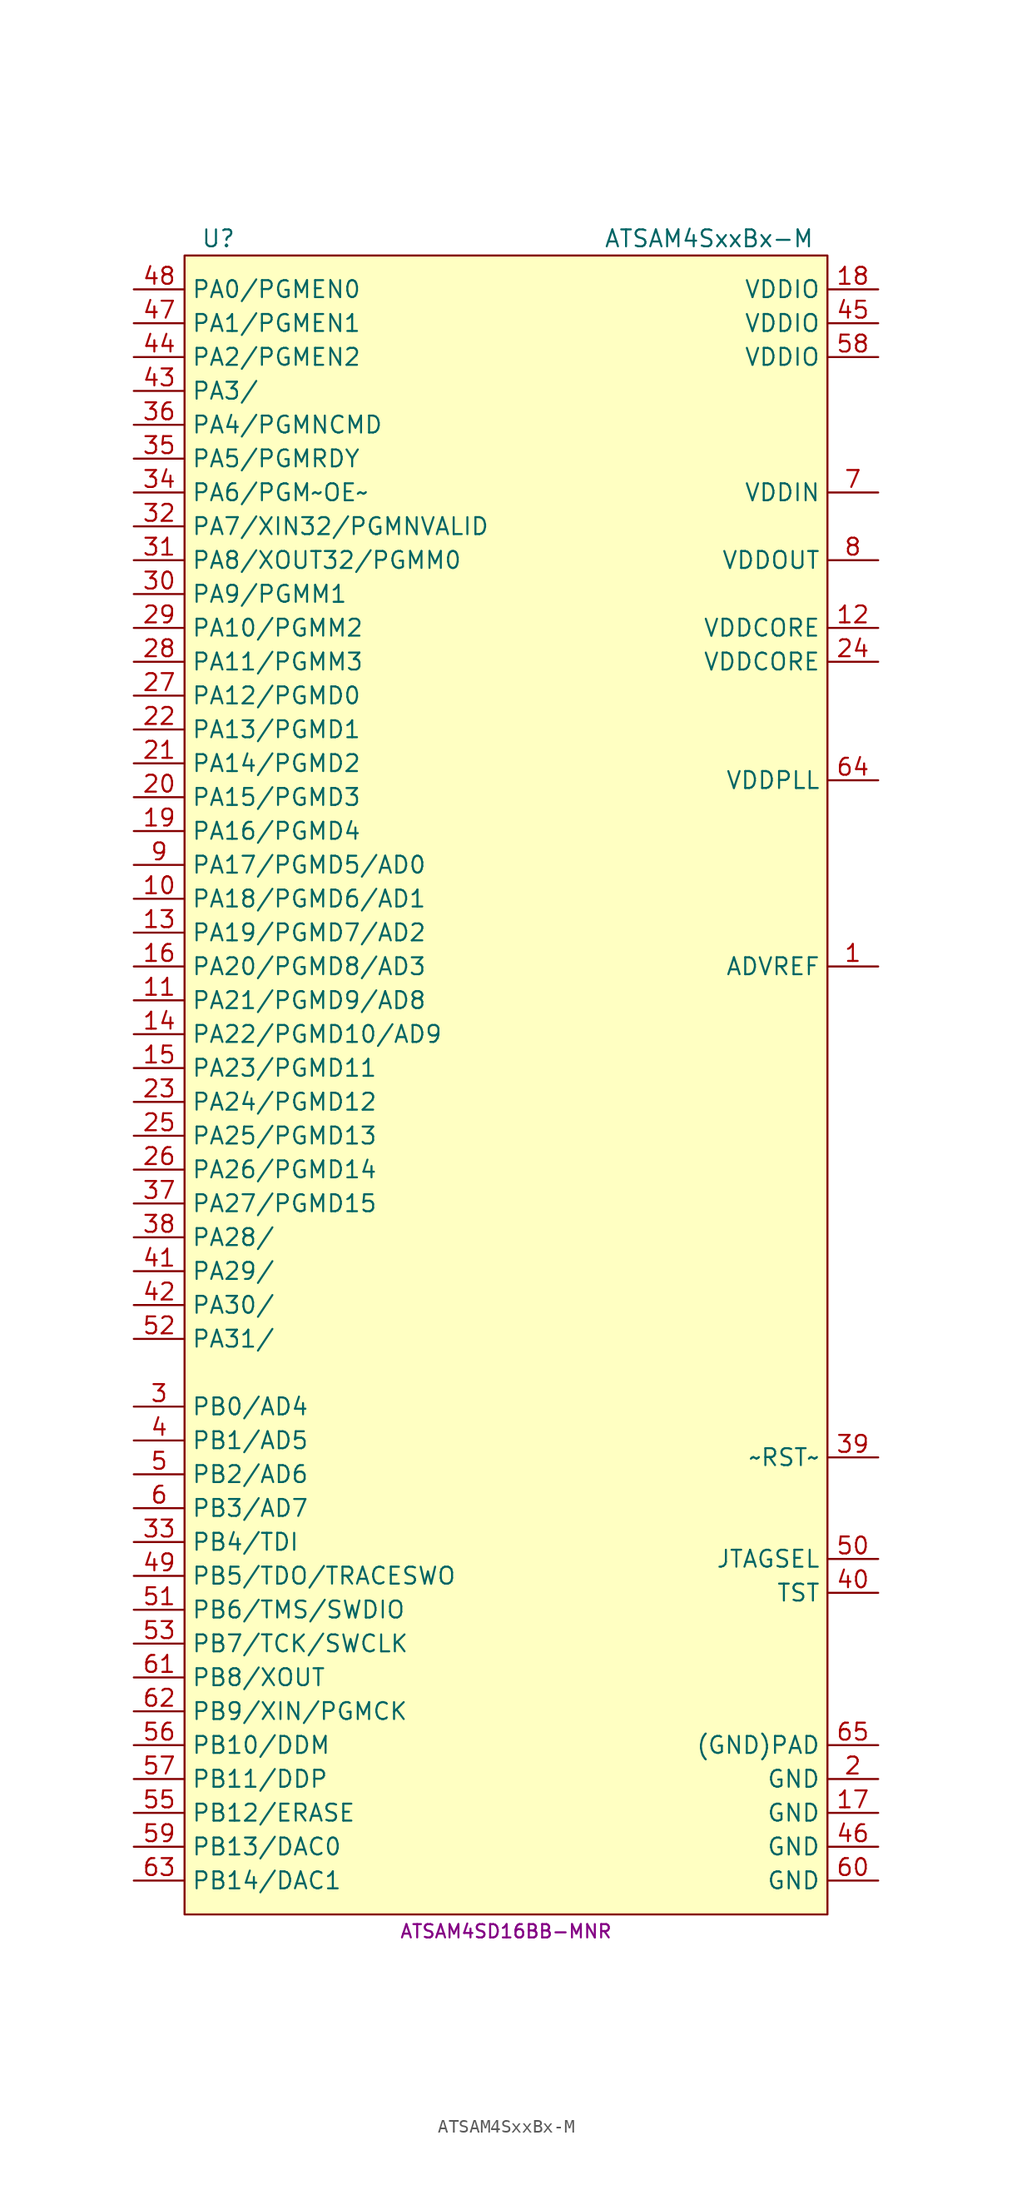
<source format=kicad_sym>
(kicad_symbol_lib
  (version 20231120)
  (generator "kicad_symbol_editor")
  (generator_version "8.0")
  (symbol "ATSAM4SxxBx-M"
    (property "Reference" "U"
      (at -21.59 62.23 0)
      (effects (font (size 1.27 1.27))))
    (property "Value" "ATSAM4SxxBx-M"
      (at 15.24 62.23 0)
      (effects (font (size 1.27 1.27))))
    (property "MPN" "ATSAM4SD16BB-MNR"
      (at 0 -64.77 0)
      (effects (font (size 1 1))))
    (symbol "ATSAM4SxxBx-M_1_1"
      (rectangle (start -24.13 -63.5) (end 24.13 60.96) (stroke (width 0.152) (type default)) (fill (type background)))
      (pin passive line (at 27.94 7.62 180) (length 3.81) (name "ADVREF" (effects (font (size 1.27 1.27)))) (number "1" (effects (font (size 1.27 1.27)))))
      (pin bidirectional line (at -27.94 12.7 0) (length 3.81) (name "PA18/PGMD6/AD1" (effects (font (size 1.27 1.27)))) (number "10" (effects (font (size 1.27 1.27)))))
      (pin bidirectional line (at -27.94 5.08 0) (length 3.81) (name "PA21/PGMD9/AD8" (effects (font (size 1.27 1.27)))) (number "11" (effects (font (size 1.27 1.27)))))
      (pin power_in line (at 27.94 33.02 180) (length 3.81) (name "VDDCORE" (effects (font (size 1.27 1.27)))) (number "12" (effects (font (size 1.27 1.27)))))
      (pin bidirectional line (at -27.94 10.16 0) (length 3.81) (name "PA19/PGMD7/AD2" (effects (font (size 1.27 1.27)))) (number "13" (effects (font (size 1.27 1.27)))))
      (pin bidirectional line (at -27.94 2.54 0) (length 3.81) (name "PA22/PGMD10/AD9" (effects (font (size 1.27 1.27)))) (number "14" (effects (font (size 1.27 1.27)))))
      (pin bidirectional line (at -27.94 0 0) (length 3.81) (name "PA23/PGMD11" (effects (font (size 1.27 1.27)))) (number "15" (effects (font (size 1.27 1.27)))))
      (pin bidirectional line (at -27.94 7.62 0) (length 3.81) (name "PA20/PGMD8/AD3" (effects (font (size 1.27 1.27)))) (number "16" (effects (font (size 1.27 1.27)))))
      (pin power_in line (at 27.94 -55.88 180) (length 3.81) (name "GND" (effects (font (size 1.27 1.27)))) (number "17" (effects (font (size 1.27 1.27)))))
      (pin power_in line (at 27.94 58.42 180) (length 3.81) (name "VDDIO" (effects (font (size 1.27 1.27)))) (number "18" (effects (font (size 1.27 1.27)))))
      (pin bidirectional line (at -27.94 17.78 0) (length 3.81) (name "PA16/PGMD4" (effects (font (size 1.27 1.27)))) (number "19" (effects (font (size 1.27 1.27)))))
      (pin power_in line (at 27.94 -53.34 180) (length 3.81) (name "GND" (effects (font (size 1.27 1.27)))) (number "2" (effects (font (size 1.27 1.27)))))
      (pin bidirectional line (at -27.94 20.32 0) (length 3.81) (name "PA15/PGMD3" (effects (font (size 1.27 1.27)))) (number "20" (effects (font (size 1.27 1.27)))))
      (pin bidirectional line (at -27.94 22.86 0) (length 3.81) (name "PA14/PGMD2" (effects (font (size 1.27 1.27)))) (number "21" (effects (font (size 1.27 1.27)))))
      (pin bidirectional line (at -27.94 25.4 0) (length 3.81) (name "PA13/PGMD1" (effects (font (size 1.27 1.27)))) (number "22" (effects (font (size 1.27 1.27)))))
      (pin bidirectional line (at -27.94 -2.54 0) (length 3.81) (name "PA24/PGMD12" (effects (font (size 1.27 1.27)))) (number "23" (effects (font (size 1.27 1.27)))))
      (pin power_in line (at 27.94 30.48 180) (length 3.81) (name "VDDCORE" (effects (font (size 1.27 1.27)))) (number "24" (effects (font (size 1.27 1.27)))))
      (pin bidirectional line (at -27.94 -5.08 0) (length 3.81) (name "PA25/PGMD13" (effects (font (size 1.27 1.27)))) (number "25" (effects (font (size 1.27 1.27)))))
      (pin bidirectional line (at -27.94 -7.62 0) (length 3.81) (name "PA26/PGMD14" (effects (font (size 1.27 1.27)))) (number "26" (effects (font (size 1.27 1.27)))))
      (pin bidirectional line (at -27.94 27.94 0) (length 3.81) (name "PA12/PGMD0" (effects (font (size 1.27 1.27)))) (number "27" (effects (font (size 1.27 1.27)))))
      (pin bidirectional line (at -27.94 30.48 0) (length 3.81) (name "PA11/PGMM3" (effects (font (size 1.27 1.27)))) (number "28" (effects (font (size 1.27 1.27)))))
      (pin bidirectional line (at -27.94 33.02 0) (length 3.81) (name "PA10/PGMM2" (effects (font (size 1.27 1.27)))) (number "29" (effects (font (size 1.27 1.27)))))
      (pin bidirectional line (at -27.94 -25.4 0) (length 3.81) (name "PB0/AD4" (effects (font (size 1.27 1.27)))) (number "3" (effects (font (size 1.27 1.27)))))
      (pin bidirectional line (at -27.94 35.56 0) (length 3.81) (name "PA9/PGMM1" (effects (font (size 1.27 1.27)))) (number "30" (effects (font (size 1.27 1.27)))))
      (pin bidirectional line (at -27.94 38.1 0) (length 3.81) (name "PA8/XOUT32/PGMM0" (effects (font (size 1.27 1.27)))) (number "31" (effects (font (size 1.27 1.27)))))
      (pin bidirectional line (at -27.94 40.64 0) (length 3.81) (name "PA7/XIN32/PGMNVALID" (effects (font (size 1.27 1.27)))) (number "32" (effects (font (size 1.27 1.27)))))
      (pin bidirectional line (at -27.94 -35.56 0) (length 3.81) (name "PB4/TDI" (effects (font (size 1.27 1.27)))) (number "33" (effects (font (size 1.27 1.27)))))
      (pin bidirectional line (at -27.94 43.18 0) (length 3.81) (name "PA6/PGM~OE~" (effects (font (size 1.27 1.27)))) (number "34" (effects (font (size 1.27 1.27)))))
      (pin bidirectional line (at -27.94 45.72 0) (length 3.81) (name "PA5/PGMRDY" (effects (font (size 1.27 1.27)))) (number "35" (effects (font (size 1.27 1.27)))))
      (pin bidirectional line (at -27.94 48.26 0) (length 3.81) (name "PA4/PGMNCMD" (effects (font (size 1.27 1.27)))) (number "36" (effects (font (size 1.27 1.27)))))
      (pin bidirectional line (at -27.94 -10.16 0) (length 3.81) (name "PA27/PGMD15" (effects (font (size 1.27 1.27)))) (number "37" (effects (font (size 1.27 1.27)))))
      (pin bidirectional line (at -27.94 -12.7 0) (length 3.81) (name "PA28/" (effects (font (size 1.27 1.27)))) (number "38" (effects (font (size 1.27 1.27)))))
      (pin input line (at 27.94 -29.21 180) (length 3.81) (name "~RST~" (effects (font (size 1.27 1.27)))) (number "39" (effects (font (size 1.27 1.27)))))
      (pin bidirectional line (at -27.94 -27.94 0) (length 3.81) (name "PB1/AD5" (effects (font (size 1.27 1.27)))) (number "4" (effects (font (size 1.27 1.27)))))
      (pin input line (at 27.94 -39.37 180) (length 3.81) (name "TST" (effects (font (size 1.27 1.27)))) (number "40" (effects (font (size 1.27 1.27)))))
      (pin bidirectional line (at -27.94 -15.24 0) (length 3.81) (name "PA29/" (effects (font (size 1.27 1.27)))) (number "41" (effects (font (size 1.27 1.27)))))
      (pin bidirectional line (at -27.94 -17.78 0) (length 3.81) (name "PA30/" (effects (font (size 1.27 1.27)))) (number "42" (effects (font (size 1.27 1.27)))))
      (pin bidirectional line (at -27.94 50.8 0) (length 3.81) (name "PA3/" (effects (font (size 1.27 1.27)))) (number "43" (effects (font (size 1.27 1.27)))))
      (pin bidirectional line (at -27.94 53.34 0) (length 3.81) (name "PA2/PGMEN2" (effects (font (size 1.27 1.27)))) (number "44" (effects (font (size 1.27 1.27)))))
      (pin power_in line (at 27.94 55.88 180) (length 3.81) (name "VDDIO" (effects (font (size 1.27 1.27)))) (number "45" (effects (font (size 1.27 1.27)))))
      (pin power_in line (at 27.94 -58.42 180) (length 3.81) (name "GND" (effects (font (size 1.27 1.27)))) (number "46" (effects (font (size 1.27 1.27)))))
      (pin bidirectional line (at -27.94 55.88 0) (length 3.81) (name "PA1/PGMEN1" (effects (font (size 1.27 1.27)))) (number "47" (effects (font (size 1.27 1.27)))))
      (pin bidirectional line (at -27.94 58.42 0) (length 3.81) (name "PA0/PGMEN0" (effects (font (size 1.27 1.27)))) (number "48" (effects (font (size 1.27 1.27)))))
      (pin bidirectional line (at -27.94 -38.1 0) (length 3.81) (name "PB5/TDO/TRACESWO" (effects (font (size 1.27 1.27)))) (number "49" (effects (font (size 1.27 1.27)))))
      (pin bidirectional line (at -27.94 -30.48 0) (length 3.81) (name "PB2/AD6" (effects (font (size 1.27 1.27)))) (number "5" (effects (font (size 1.27 1.27)))))
      (pin input line (at 27.94 -36.83 180) (length 3.81) (name "JTAGSEL" (effects (font (size 1.27 1.27)))) (number "50" (effects (font (size 1.27 1.27)))))
      (pin bidirectional line (at -27.94 -40.64 0) (length 3.81) (name "PB6/TMS/SWDIO" (effects (font (size 1.27 1.27)))) (number "51" (effects (font (size 1.27 1.27)))))
      (pin bidirectional line (at -27.94 -20.32 0) (length 3.81) (name "PA31/" (effects (font (size 1.27 1.27)))) (number "52" (effects (font (size 1.27 1.27)))))
      (pin bidirectional line (at -27.94 -43.18 0) (length 3.81) (name "PB7/TCK/SWCLK" (effects (font (size 1.27 1.27)))) (number "53" (effects (font (size 1.27 1.27)))))
      (pin bidirectional line (at -27.94 -55.88 0) (length 3.81) (name "PB12/ERASE" (effects (font (size 1.27 1.27)))) (number "55" (effects (font (size 1.27 1.27)))))
      (pin bidirectional line (at -27.94 -50.8 0) (length 3.81) (name "PB10/DDM" (effects (font (size 1.27 1.27)))) (number "56" (effects (font (size 1.27 1.27)))))
      (pin bidirectional line (at -27.94 -53.34 0) (length 3.81) (name "PB11/DDP" (effects (font (size 1.27 1.27)))) (number "57" (effects (font (size 1.27 1.27)))))
      (pin power_in line (at 27.94 53.34 180) (length 3.81) (name "VDDIO" (effects (font (size 1.27 1.27)))) (number "58" (effects (font (size 1.27 1.27)))))
      (pin bidirectional line (at -27.94 -58.42 0) (length 3.81) (name "PB13/DAC0" (effects (font (size 1.27 1.27)))) (number "59" (effects (font (size 1.27 1.27)))))
      (pin bidirectional line (at -27.94 -33.02 0) (length 3.81) (name "PB3/AD7" (effects (font (size 1.27 1.27)))) (number "6" (effects (font (size 1.27 1.27)))))
      (pin power_in line (at 27.94 -60.96 180) (length 3.81) (name "GND" (effects (font (size 1.27 1.27)))) (number "60" (effects (font (size 1.27 1.27)))))
      (pin bidirectional line (at -27.94 -45.72 0) (length 3.81) (name "PB8/XOUT" (effects (font (size 1.27 1.27)))) (number "61" (effects (font (size 1.27 1.27)))))
      (pin bidirectional line (at -27.94 -48.26 0) (length 3.81) (name "PB9/XIN/PGMCK" (effects (font (size 1.27 1.27)))) (number "62" (effects (font (size 1.27 1.27)))))
      (pin bidirectional line (at -27.94 -60.96 0) (length 3.81) (name "PB14/DAC1" (effects (font (size 1.27 1.27)))) (number "63" (effects (font (size 1.27 1.27)))))
      (pin power_in line (at 27.94 21.59 180) (length 3.81) (name "VDDPLL" (effects (font (size 1.27 1.27)))) (number "64" (effects (font (size 1.27 1.27)))))
      (pin power_in line (at 27.94 -50.8 180) (length 3.81) (name "(GND)PAD" (effects (font (size 1.27 1.27)))) (number "65" (effects (font (size 1.27 1.27)))))
      (pin power_in line (at 27.94 43.18 180) (length 3.81) (name "VDDIN" (effects (font (size 1.27 1.27)))) (number "7" (effects (font (size 1.27 1.27)))))
      (pin power_out line (at 27.94 38.1 180) (length 3.81) (name "VDDOUT" (effects (font (size 1.27 1.27)))) (number "8" (effects (font (size 1.27 1.27)))))
      (pin bidirectional line (at -27.94 15.24 0) (length 3.81) (name "PA17/PGMD5/AD0" (effects (font (size 1.27 1.27)))) (number "9" (effects (font (size 1.27 1.27))))))))
</source>
